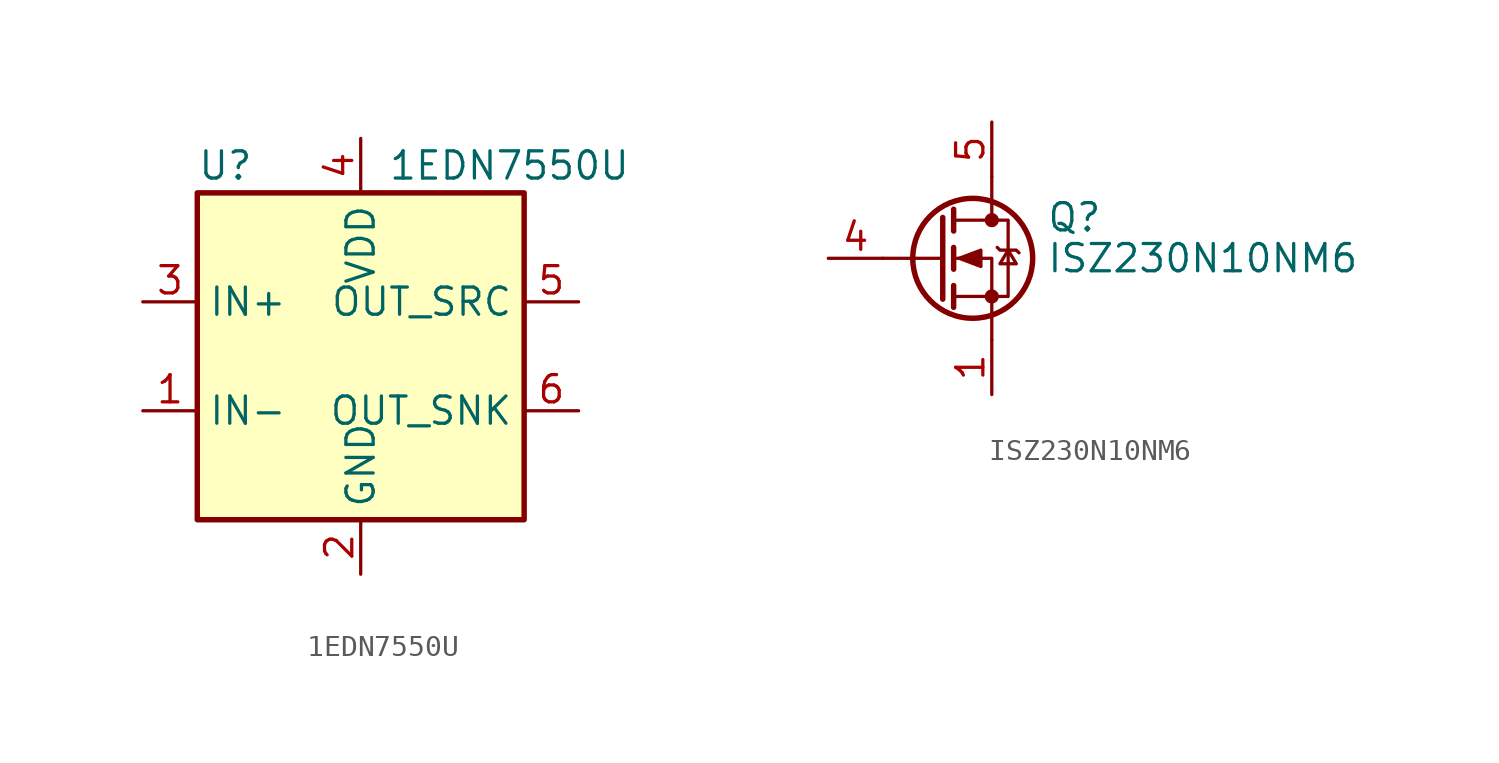
<source format=kicad_sym>
(kicad_symbol_lib
  (version 20241209)
  (generator "kicad_symbol_editor")
  (generator_version "9.0")
  (symbol "1EDN7550U"
    (property "Reference" "U"
      (at -7.62 8.89 0)
      (effects (font (size 1.27 1.27)) (justify left)))
    (property "Value" "1EDN7550U"
      (at 1.27 8.89 0)
      (effects (font (size 1.27 1.27)) (justify left)))
    (symbol "1EDN7550U_0_1"
      (rectangle (start -7.62 7.62) (end 7.62 -7.62) (stroke (width 0.254) (type default)) (fill (type background))))
    (symbol "1EDN7550U_1_1"
      (pin input line (at -10.16 2.54 0) (length 2.54) (name "IN+" (effects (font (size 1.27 1.27)))) (number "3" (effects (font (size 1.27 1.27)))))
      (pin input line (at -10.16 -2.54 0) (length 2.54) (name "IN-" (effects (font (size 1.27 1.27)))) (number "1" (effects (font (size 1.27 1.27)))))
      (pin power_in line (at 0 10.16 270) (length 2.54) (name "VDD" (effects (font (size 1.27 1.27)))) (number "4" (effects (font (size 1.27 1.27)))))
      (pin power_in line (at 0 -10.16 90) (length 2.54) (name "GND" (effects (font (size 1.27 1.27)))) (number "2" (effects (font (size 1.27 1.27)))))
      (pin output line (at 10.16 2.54 180) (length 2.54) (name "OUT_SRC" (effects (font (size 1.27 1.27)))) (number "5" (effects (font (size 1.27 1.27)))))
      (pin output line (at 10.16 -2.54 180) (length 2.54) (name "OUT_SNK" (effects (font (size 1.27 1.27)))) (number "6" (effects (font (size 1.27 1.27)))))))
  (symbol "ISZ230N10NM6"
    (pin_names
      (hide yes))
    (property "Reference" "Q"
      (at 5.08 1.905 0)
      (effects (font (size 1.27 1.27)) (justify left)))
    (property "Value" "ISZ230N10NM6"
      (at 5.08 0 0)
      (effects (font (size 1.27 1.27)) (justify left)))
    (symbol "ISZ230N10NM6_0_1"
      (polyline (pts (xy 0.254 1.905) (xy 0.254 -1.905)) (stroke (width 0.254) (type default)) (fill (type none)))
      (polyline (pts (xy 0.254 0) (xy -2.54 0)) (stroke (width 0) (type default)) (fill (type none)))
      (polyline (pts (xy 0.762 2.286) (xy 0.762 1.27)) (stroke (width 0.254) (type default)) (fill (type none)))
      (polyline (pts (xy 0.762 0.508) (xy 0.762 -0.508)) (stroke (width 0.254) (type default)) (fill (type none)))
      (polyline (pts (xy 0.762 -1.27) (xy 0.762 -2.286)) (stroke (width 0.254) (type default)) (fill (type none)))
      (polyline (pts (xy 0.762 -1.778) (xy 3.302 -1.778) (xy 3.302 1.778) (xy 0.762 1.778)) (stroke (width 0) (type default)) (fill (type none)))
      (polyline (pts (xy 1.016 0) (xy 2.032 0.381) (xy 2.032 -0.381) (xy 1.016 0)) (stroke (width 0) (type default)) (fill (type outline)))
      (circle (center 1.651 0) (radius 2.794) (stroke (width 0.254) (type default)) (fill (type none)))
      (polyline (pts (xy 2.54 2.54) (xy 2.54 3.81)) (stroke (width 0) (type default)) (fill (type none)))
      (polyline (pts (xy 2.54 2.54) (xy 2.54 1.778)) (stroke (width 0) (type default)) (fill (type none)))
      (circle (center 2.54 1.778) (radius 0.254) (stroke (width 0) (type default)) (fill (type outline)))
      (circle (center 2.54 -1.778) (radius 0.254) (stroke (width 0) (type default)) (fill (type outline)))
      (polyline (pts (xy 2.54 -2.54) (xy 2.54 -3.81)) (stroke (width 0) (type default)) (fill (type none)))
      (polyline (pts (xy 2.54 -2.54) (xy 2.54 0) (xy 0.762 0)) (stroke (width 0) (type default)) (fill (type none)))
      (polyline (pts (xy 2.794 0.508) (xy 2.921 0.381) (xy 3.683 0.381) (xy 3.81 0.254)) (stroke (width 0) (type default)) (fill (type none)))
      (polyline (pts (xy 3.302 0.381) (xy 2.921 -0.254) (xy 3.683 -0.254) (xy 3.302 0.381)) (stroke (width 0) (type default)) (fill (type none))))
    (symbol "ISZ230N10NM6_1_0"
      (pin input line (at -5.08 0 0) (length 2.54) (name "G" (effects (font (size 1.27 1.27)))) (number "4" (effects (font (size 1.27 1.27)))))
      (pin passive line (at 2.54 6.35 270) (length 2.54) (name "D" (effects (font (size 1.27 1.27)))) (number "5" (effects (font (size 1.27 1.27))))))
    (symbol "ISZ230N10NM6_1_1"
      (pin passive line (at 2.54 -6.35 90) (length 2.54) (name "S" (effects (font (size 1.27 1.27)))) (number "1" (effects (font (size 1.27 1.27))))))))
</source>
